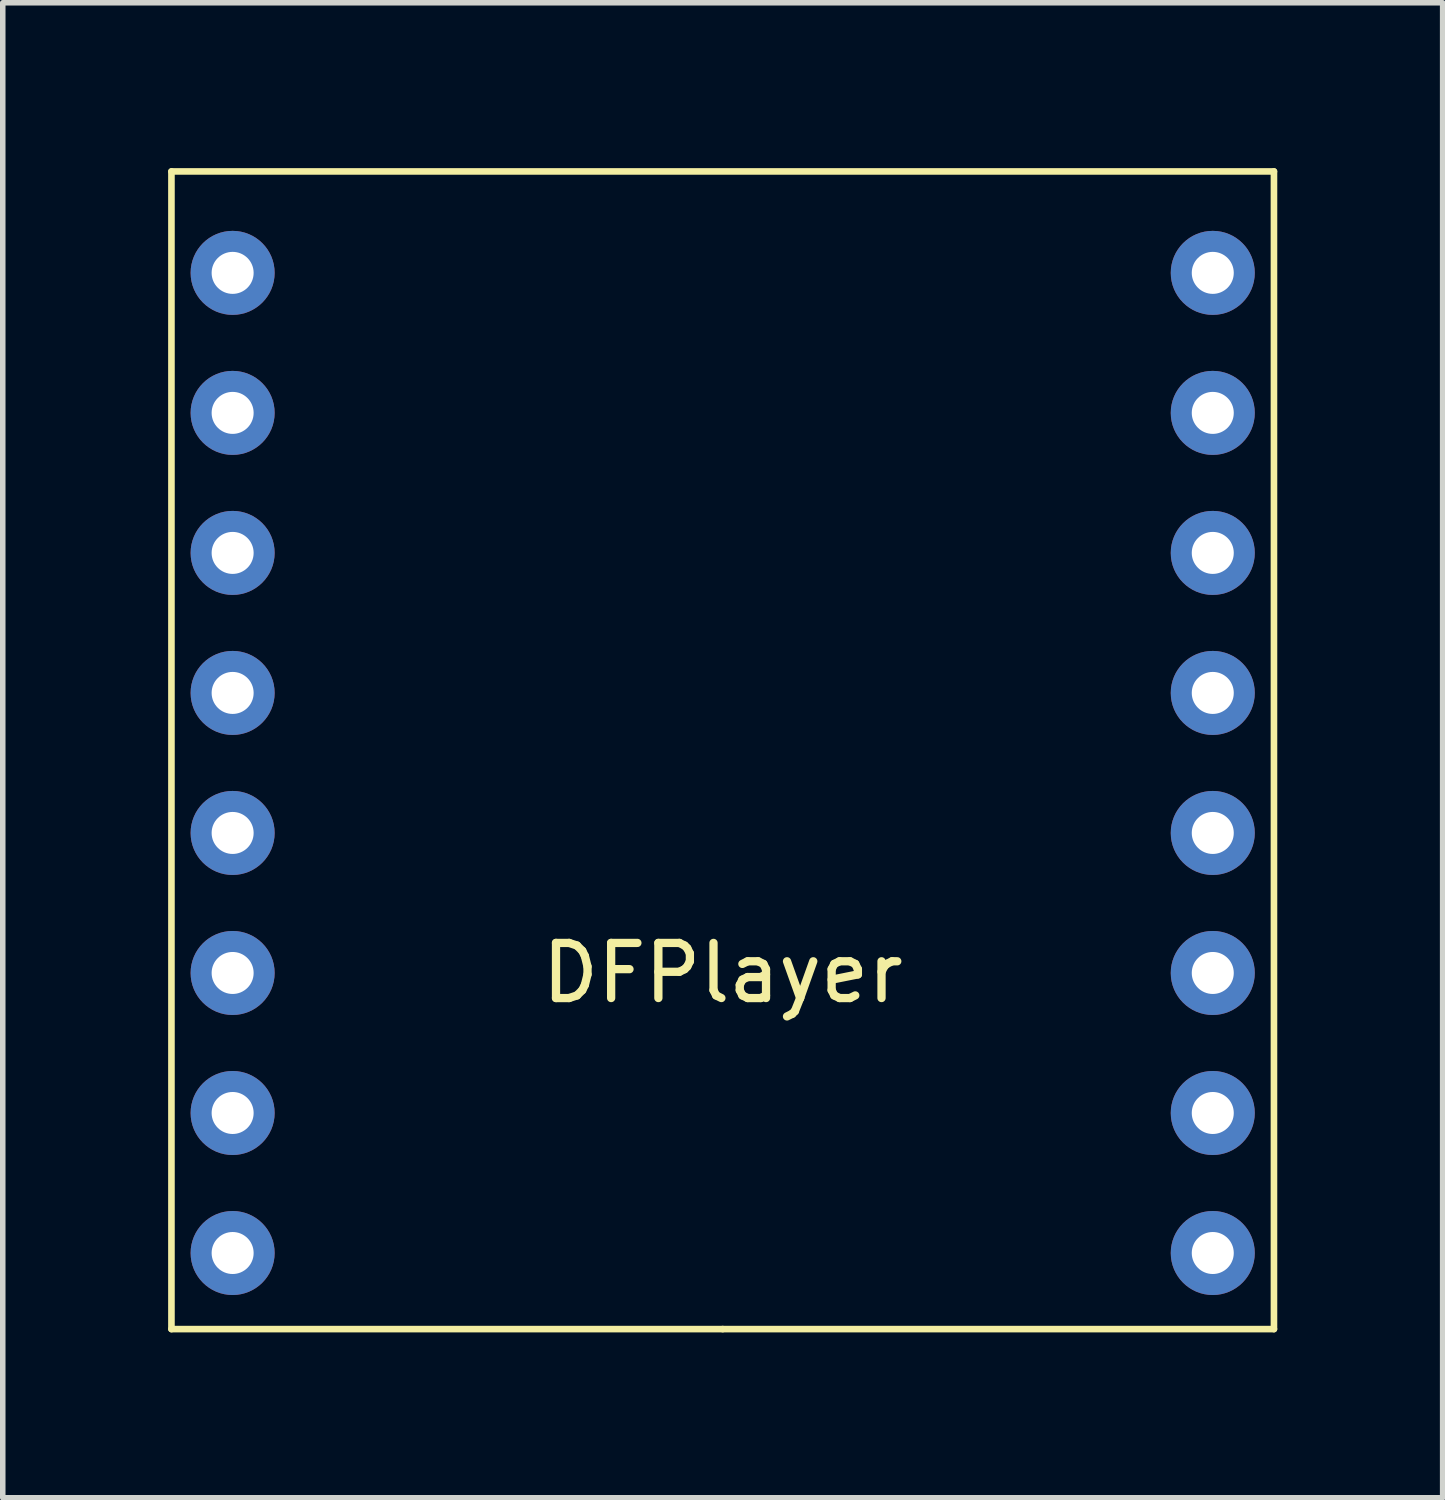
<source format=kicad_pcb>
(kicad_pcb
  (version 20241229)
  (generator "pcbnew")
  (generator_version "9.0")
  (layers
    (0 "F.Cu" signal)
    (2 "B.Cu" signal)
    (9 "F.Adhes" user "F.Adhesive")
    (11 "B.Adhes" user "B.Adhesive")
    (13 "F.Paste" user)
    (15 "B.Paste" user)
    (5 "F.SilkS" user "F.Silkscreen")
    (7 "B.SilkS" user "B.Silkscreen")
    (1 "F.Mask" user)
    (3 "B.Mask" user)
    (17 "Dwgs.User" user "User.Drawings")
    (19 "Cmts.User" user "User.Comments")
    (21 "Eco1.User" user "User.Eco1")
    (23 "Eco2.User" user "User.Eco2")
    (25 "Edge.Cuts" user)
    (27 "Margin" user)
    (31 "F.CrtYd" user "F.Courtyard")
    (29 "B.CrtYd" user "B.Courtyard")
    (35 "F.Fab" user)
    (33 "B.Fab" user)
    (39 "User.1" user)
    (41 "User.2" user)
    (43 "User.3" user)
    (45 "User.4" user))
  (footprint "DFPlayer"
    (layer "F.Cu")
    (at 10.06 12.06)
    (property "Reference" "DFPlayer" (at 0 2.54 0) (layer "F.SilkS") (effects (font (size 1 1) (thickness 0.15))))
    (attr through_hole)
    (fp_line (start -10 -12) (end 10 -12) (stroke (width 0.12) (type solid)) (layer "F.SilkS"))
    (fp_line (start -10 9) (end -10 -12) (stroke (width 0.12) (type solid)) (layer "F.SilkS"))
    (fp_line (start 0 9) (end -10 9) (stroke (width 0.12) (type solid)) (layer "F.SilkS"))
    (fp_line (start 10 -12) (end 10 9) (stroke (width 0.12) (type solid)) (layer "F.SilkS"))
    (fp_line (start 10 9) (end 0 9) (stroke (width 0.12) (type solid)) (layer "F.SilkS"))
    (pad "1" thru_hole circle (at -8.89 -10.16) (size 1.524 1.524) (drill 0.762) (layers "*.Cu" "*.Mask"))
    (pad "2" thru_hole circle (at -8.89 -7.62) (size 1.524 1.524) (drill 0.762) (layers "*.Cu" "*.Mask"))
    (pad "3" thru_hole circle (at -8.89 -5.08) (size 1.524 1.524) (drill 0.762) (layers "*.Cu" "*.Mask"))
    (pad "4" thru_hole circle (at -8.89 -2.54) (size 1.524 1.524) (drill 0.762) (layers "*.Cu" "*.Mask"))
    (pad "5" thru_hole circle (at -8.89 0) (size 1.524 1.524) (drill 0.762) (layers "*.Cu" "*.Mask"))
    (pad "6" thru_hole circle (at -8.89 2.54) (size 1.524 1.524) (drill 0.762) (layers "*.Cu" "*.Mask"))
    (pad "7" thru_hole circle (at -8.89 5.08) (size 1.524 1.524) (drill 0.762) (layers "*.Cu" "*.Mask"))
    (pad "8" thru_hole circle (at -8.89 7.62) (size 1.524 1.524) (drill 0.762) (layers "*.Cu" "*.Mask"))
    (pad "9" thru_hole circle (at 8.89 7.62) (size 1.524 1.524) (drill 0.762) (layers "*.Cu" "*.Mask"))
    (pad "10" thru_hole circle (at 8.89 5.08) (size 1.524 1.524) (drill 0.762) (layers "*.Cu" "*.Mask"))
    (pad "11" thru_hole circle (at 8.89 2.54) (size 1.524 1.524) (drill 0.762) (layers "*.Cu" "*.Mask"))
    (pad "12" thru_hole circle (at 8.89 0) (size 1.524 1.524) (drill 0.762) (layers "*.Cu" "*.Mask"))
    (pad "13" thru_hole circle (at 8.89 -2.54) (size 1.524 1.524) (drill 0.762) (layers "*.Cu" "*.Mask"))
    (pad "14" thru_hole circle (at 8.89 -5.08) (size 1.524 1.524) (drill 0.762) (layers "*.Cu" "*.Mask"))
    (pad "15" thru_hole circle (at 8.89 -7.62) (size 1.524 1.524) (drill 0.762) (layers "*.Cu" "*.Mask"))
    (pad "16" thru_hole circle (at 8.89 -10.16) (size 1.524 1.524) (drill 0.762) (layers "*.Cu" "*.Mask")))
  (gr_rect
    (start -3 -3)
    (end 23.12 24.12)
    (stroke (width 0.1) (type default))
    (fill no)
    (layer "Edge.Cuts")))
</source>
